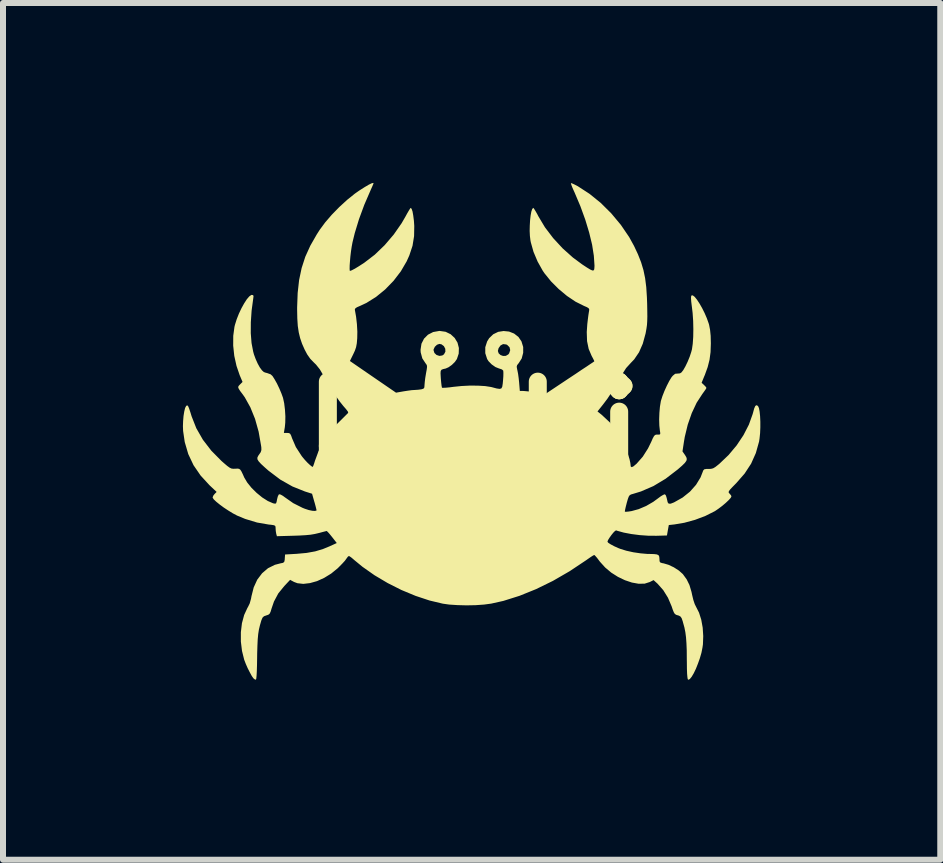
<source format=kicad_pcb>
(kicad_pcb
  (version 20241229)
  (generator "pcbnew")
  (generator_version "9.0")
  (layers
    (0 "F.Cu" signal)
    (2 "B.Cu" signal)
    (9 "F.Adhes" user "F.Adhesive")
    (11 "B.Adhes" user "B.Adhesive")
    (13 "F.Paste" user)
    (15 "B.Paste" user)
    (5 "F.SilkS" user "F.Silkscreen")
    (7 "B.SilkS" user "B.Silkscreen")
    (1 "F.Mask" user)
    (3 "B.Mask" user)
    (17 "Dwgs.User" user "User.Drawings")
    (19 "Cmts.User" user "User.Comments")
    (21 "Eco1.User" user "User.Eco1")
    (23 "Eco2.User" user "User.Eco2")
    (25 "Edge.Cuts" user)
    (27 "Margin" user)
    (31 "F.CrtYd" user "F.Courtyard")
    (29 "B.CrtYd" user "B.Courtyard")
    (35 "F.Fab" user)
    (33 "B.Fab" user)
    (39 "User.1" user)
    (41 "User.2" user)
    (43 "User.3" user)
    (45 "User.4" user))
  (footprint "krabi"
    (layer "F.Cu")
    (at 4.845 4.135)
    (property "Reference" "krabi" (at 0 0 0) (layer "F.SilkS") (effects (font (size 1.5 1.5) (thickness 0.3))))
    (attr board_only exclude_from_pos_files exclude_from_bom)
    (fp_poly (pts (xy -1.667 -4.13) (xy -1.673 -4.112) (xy -1.69 -4.072) (xy -1.714 -4.019) (xy -1.715 -4.016) (xy -1.821 -3.771) (xy -1.91 -3.529) (xy -1.98 -3.299) (xy -2.018 -3.144) (xy -2.031 -3.074) (xy -2.043 -2.994) (xy -2.053 -2.91) (xy -2.06 -2.83) (xy -2.065 -2.76) (xy -2.066 -2.705) (xy -2.064 -2.674) (xy -2.06 -2.668) (xy -2.031 -2.678) (xy -1.979 -2.705) (xy -1.91 -2.747) (xy -1.825 -2.802) (xy -1.818 -2.807) (xy -1.646 -2.939) (xy -1.481 -3.098) (xy -1.33 -3.275) (xy -1.199 -3.463) (xy -1.136 -3.572) (xy -1.102 -3.634) (xy -1.073 -3.683) (xy -1.053 -3.713) (xy -1.047 -3.719) (xy -1.032 -3.703) (xy -1.017 -3.659) (xy -1.005 -3.592) (xy -0.994 -3.505) (xy -0.988 -3.418) (xy -0.991 -3.248) (xy -1.017 -3.087) (xy -1.07 -2.927) (xy -1.115 -2.827) (xy -1.212 -2.661) (xy -1.333 -2.503) (xy -1.473 -2.359) (xy -1.626 -2.234) (xy -1.786 -2.134) (xy -1.891 -2.085) (xy -1.944 -2.062) (xy -1.971 -2.043) (xy -1.979 -2.024) (xy -1.977 -2.011) (xy -1.958 -1.904) (xy -1.944 -1.78) (xy -1.937 -1.655) (xy -1.939 -1.545) (xy -1.946 -1.461) (xy -1.958 -1.397) (xy -1.978 -1.338) (xy -2.005 -1.28) (xy -2.061 -1.166) (xy -1.677 -0.902) (xy -1.292 -0.638) (xy -1.167 -0.66) (xy -1.096 -0.671) (xy -1.03 -0.68) (xy -0.982 -0.683) (xy -0.981 -0.683) (xy -0.923 -0.687) (xy -0.869 -0.694) (xy -0.834 -0.705) (xy -0.82 -0.725) (xy -0.817 -0.766) (xy -0.817 -0.768) (xy -0.813 -0.815) (xy -0.805 -0.882) (xy -0.793 -0.954) (xy -0.792 -0.961) (xy -0.78 -1.026) (xy -0.775 -1.068) (xy -0.778 -1.094) (xy -0.788 -1.113) (xy -0.798 -1.125) (xy -0.854 -1.21) (xy -0.881 -1.311) (xy -0.883 -1.348) (xy -0.667 -1.348) (xy -0.652 -1.3) (xy -0.617 -1.267) (xy -0.569 -1.251) (xy -0.521 -1.258) (xy -0.493 -1.277) (xy -0.469 -1.321) (xy -0.471 -1.37) (xy -0.494 -1.414) (xy -0.534 -1.444) (xy -0.57 -1.451) (xy -0.609 -1.437) (xy -0.645 -1.403) (xy -0.665 -1.361) (xy -0.667 -1.348) (xy -0.883 -1.348) (xy -0.883 -1.355) (xy -0.868 -1.454) (xy -0.825 -1.539) (xy -0.759 -1.605) (xy -0.673 -1.649) (xy -0.572 -1.667) (xy -0.562 -1.667) (xy -0.465 -1.653) (xy -0.381 -1.612) (xy -0.314 -1.55) (xy -0.267 -1.472) (xy -0.244 -1.383) (xy -0.247 -1.289) (xy -0.277 -1.199) (xy -0.311 -1.15) (xy -0.361 -1.101) (xy -0.416 -1.062) (xy -0.463 -1.041) (xy -0.507 -1.031) (xy -0.534 -1.02) (xy -0.547 -0.999) (xy -0.55 -0.963) (xy -0.547 -0.904) (xy -0.545 -0.873) (xy -0.539 -0.807) (xy -0.533 -0.755) (xy -0.527 -0.724) (xy -0.525 -0.72) (xy -0.506 -0.719) (xy -0.461 -0.721) (xy -0.397 -0.727) (xy -0.337 -0.735) (xy -0.2 -0.749) (xy -0.06 -0.756) (xy 0.074 -0.755) (xy 0.193 -0.748) (xy 0.29 -0.733) (xy 0.311 -0.728) (xy 0.386 -0.708) (xy 0.435 -0.701) (xy 0.464 -0.709) (xy 0.479 -0.737) (xy 0.487 -0.788) (xy 0.492 -0.842) (xy 0.497 -0.909) (xy 0.498 -0.966) (xy 0.496 -1.001) (xy 0.495 -1.006) (xy 0.474 -1.025) (xy 0.434 -1.039) (xy 0.426 -1.041) (xy 0.366 -1.065) (xy 0.303 -1.109) (xy 0.25 -1.163) (xy 0.227 -1.199) (xy 0.196 -1.296) (xy 0.196 -1.334) (xy 0.406 -1.334) (xy 0.419 -1.294) (xy 0.451 -1.265) (xy 0.493 -1.25) (xy 0.539 -1.252) (xy 0.58 -1.276) (xy 0.594 -1.294) (xy 0.612 -1.347) (xy 0.6 -1.396) (xy 0.562 -1.434) (xy 0.545 -1.442) (xy 0.493 -1.448) (xy 0.45 -1.425) (xy 0.418 -1.38) (xy 0.406 -1.334) (xy 0.196 -1.334) (xy 0.196 -1.396) (xy 0.227 -1.492) (xy 0.261 -1.547) (xy 0.329 -1.612) (xy 0.411 -1.652) (xy 0.501 -1.666) (xy 0.592 -1.657) (xy 0.676 -1.624) (xy 0.748 -1.568) (xy 0.799 -1.494) (xy 0.828 -1.4) (xy 0.828 -1.302) (xy 0.803 -1.208) (xy 0.752 -1.128) (xy 0.747 -1.123) (xy 0.727 -1.097) (xy 0.72 -1.07) (xy 0.727 -1.029) (xy 0.732 -1.008) (xy 0.743 -0.952) (xy 0.753 -0.878) (xy 0.761 -0.802) (xy 0.761 -0.799) (xy 0.772 -0.667) (xy 0.823 -0.667) (xy 0.862 -0.664) (xy 0.924 -0.658) (xy 0.998 -0.648) (xy 1.038 -0.642) (xy 1.201 -0.618) (xy 1.605 -0.887) (xy 1.708 -0.955) (xy 1.801 -1.018) (xy 1.882 -1.071) (xy 1.947 -1.115) (xy 1.991 -1.144) (xy 2.012 -1.159) (xy 2.014 -1.16) (xy 2.009 -1.175) (xy 1.991 -1.211) (xy 1.968 -1.254) (xy 1.92 -1.367) (xy 1.893 -1.497) (xy 1.888 -1.649) (xy 1.897 -1.781) (xy 1.906 -1.859) (xy 1.915 -1.929) (xy 1.923 -1.981) (xy 1.927 -2.003) (xy 1.929 -2.028) (xy 1.919 -2.046) (xy 1.89 -2.064) (xy 1.841 -2.085) (xy 1.701 -2.155) (xy 1.558 -2.251) (xy 1.42 -2.366) (xy 1.292 -2.494) (xy 1.182 -2.63) (xy 1.153 -2.673) (xy 1.068 -2.825) (xy 1 -2.986) (xy 0.955 -3.146) (xy 0.949 -3.177) (xy 0.94 -3.251) (xy 0.936 -3.336) (xy 0.938 -3.425) (xy 0.943 -3.512) (xy 0.952 -3.592) (xy 0.964 -3.657) (xy 0.979 -3.701) (xy 0.996 -3.719) (xy 0.997 -3.719) (xy 1.009 -3.705) (xy 1.032 -3.668) (xy 1.063 -3.614) (xy 1.081 -3.579) (xy 1.191 -3.395) (xy 1.328 -3.215) (xy 1.486 -3.044) (xy 1.657 -2.891) (xy 1.811 -2.777) (xy 1.89 -2.725) (xy 1.946 -2.691) (xy 1.982 -2.675) (xy 2.003 -2.677) (xy 2.013 -2.696) (xy 2.016 -2.732) (xy 2.017 -2.757) (xy 2.006 -2.921) (xy 1.977 -3.106) (xy 1.928 -3.308) (xy 1.863 -3.523) (xy 1.782 -3.746) (xy 1.686 -3.973) (xy 1.677 -3.993) (xy 1.65 -4.053) (xy 1.632 -4.1) (xy 1.624 -4.128) (xy 1.624 -4.132) (xy 1.641 -4.128) (xy 1.679 -4.111) (xy 1.731 -4.084) (xy 1.739 -4.08) (xy 1.933 -3.954) (xy 2.121 -3.802) (xy 2.297 -3.627) (xy 2.457 -3.435) (xy 2.595 -3.232) (xy 2.676 -3.085) (xy 2.742 -2.944) (xy 2.794 -2.812) (xy 2.833 -2.682) (xy 2.861 -2.547) (xy 2.88 -2.398) (xy 2.891 -2.227) (xy 2.895 -2.118) (xy 2.897 -1.999) (xy 2.898 -1.906) (xy 2.896 -1.831) (xy 2.892 -1.768) (xy 2.884 -1.71) (xy 2.873 -1.648) (xy 2.869 -1.626) (xy 2.822 -1.454) (xy 2.759 -1.311) (xy 2.679 -1.193) (xy 2.626 -1.138) (xy 2.544 -1.048) (xy 2.471 -0.933) (xy 2.462 -0.915) (xy 2.349 -0.713) (xy 2.232 -0.537) (xy 2.158 -0.439) (xy 2.067 -0.325) (xy 2.138 -0.268) (xy 2.268 -0.147) (xy 2.38 -0.014) (xy 2.437 0.072) (xy 2.472 0.138) (xy 2.509 0.219) (xy 2.545 0.307) (xy 2.577 0.394) (xy 2.601 0.471) (xy 2.614 0.531) (xy 2.617 0.554) (xy 2.621 0.592) (xy 2.637 0.604) (xy 2.666 0.591) (xy 2.712 0.552) (xy 2.72 0.545) (xy 2.822 0.429) (xy 2.909 0.292) (xy 2.962 0.184) (xy 2.989 0.122) (xy 3.01 0.085) (xy 3.028 0.067) (xy 3.049 0.061) (xy 3.068 0.061) (xy 3.1 0.061) (xy 3.113 0.051) (xy 3.112 0.022) (xy 3.107 -0.006) (xy 3.098 -0.089) (xy 3.095 -0.191) (xy 3.099 -0.301) (xy 3.108 -0.404) (xy 3.122 -0.489) (xy 3.124 -0.5) (xy 3.149 -0.579) (xy 3.183 -0.666) (xy 3.223 -0.754) (xy 3.264 -0.834) (xy 3.302 -0.896) (xy 3.322 -0.92) (xy 3.362 -0.953) (xy 3.399 -0.956) (xy 3.442 -0.96) (xy 3.466 -0.975) (xy 3.497 -1.014) (xy 3.533 -1.077) (xy 3.57 -1.154) (xy 3.604 -1.237) (xy 3.63 -1.316) (xy 3.642 -1.361) (xy 3.655 -1.453) (xy 3.663 -1.568) (xy 3.665 -1.698) (xy 3.662 -1.834) (xy 3.653 -1.967) (xy 3.641 -2.067) (xy 3.63 -2.155) (xy 3.626 -2.215) (xy 3.629 -2.249) (xy 3.635 -2.259) (xy 3.656 -2.26) (xy 3.688 -2.235) (xy 3.726 -2.188) (xy 3.768 -2.124) (xy 3.811 -2.049) (xy 3.853 -1.965) (xy 3.89 -1.879) (xy 3.92 -1.795) (xy 3.928 -1.768) (xy 3.944 -1.685) (xy 3.954 -1.585) (xy 3.957 -1.46) (xy 3.957 -1.459) (xy 3.952 -1.314) (xy 3.935 -1.187) (xy 3.904 -1.064) (xy 3.856 -0.931) (xy 3.849 -0.916) (xy 3.803 -0.803) (xy 3.843 -0.766) (xy 3.871 -0.737) (xy 3.883 -0.718) (xy 3.883 -0.717) (xy 3.874 -0.699) (xy 3.849 -0.663) (xy 3.815 -0.616) (xy 3.815 -0.616) (xy 3.72 -0.47) (xy 3.639 -0.298) (xy 3.572 -0.106) (xy 3.522 0.1) (xy 3.508 0.183) (xy 3.484 0.341) (xy 3.527 0.403) (xy 3.548 0.438) (xy 3.556 0.468) (xy 3.549 0.498) (xy 3.523 0.534) (xy 3.476 0.58) (xy 3.406 0.641) (xy 3.405 0.642) (xy 3.203 0.797) (xy 3 0.919) (xy 2.792 1.009) (xy 2.658 1.05) (xy 2.626 1.059) (xy 2.604 1.072) (xy 2.588 1.095) (xy 2.573 1.136) (xy 2.554 1.202) (xy 2.554 1.203) (xy 2.538 1.266) (xy 2.527 1.315) (xy 2.523 1.343) (xy 2.524 1.347) (xy 2.543 1.348) (xy 2.585 1.344) (xy 2.636 1.336) (xy 2.753 1.304) (xy 2.878 1.251) (xy 2.997 1.182) (xy 3.072 1.127) (xy 3.122 1.09) (xy 3.164 1.065) (xy 3.19 1.056) (xy 3.192 1.057) (xy 3.208 1.077) (xy 3.221 1.119) (xy 3.226 1.141) (xy 3.237 1.19) (xy 3.255 1.213) (xy 3.287 1.213) (xy 3.341 1.192) (xy 3.347 1.189) (xy 3.487 1.11) (xy 3.609 1.012) (xy 3.71 0.898) (xy 3.785 0.775) (xy 3.816 0.696) (xy 3.83 0.659) (xy 3.847 0.64) (xy 3.879 0.634) (xy 3.917 0.634) (xy 3.96 0.632) (xy 3.995 0.623) (xy 4.031 0.602) (xy 4.078 0.565) (xy 4.103 0.544) (xy 4.253 0.401) (xy 4.387 0.241) (xy 4.501 0.07) (xy 4.591 -0.105) (xy 4.653 -0.278) (xy 4.66 -0.302) (xy 4.679 -0.373) (xy 4.697 -0.414) (xy 4.714 -0.429) (xy 4.734 -0.422) (xy 4.744 -0.413) (xy 4.759 -0.381) (xy 4.77 -0.323) (xy 4.778 -0.245) (xy 4.782 -0.155) (xy 4.782 -0.059) (xy 4.778 0.037) (xy 4.769 0.124) (xy 4.761 0.177) (xy 4.707 0.369) (xy 4.628 0.546) (xy 4.52 0.711) (xy 4.381 0.87) (xy 4.381 0.87) (xy 4.321 0.931) (xy 4.281 0.973) (xy 4.26 1.001) (xy 4.253 1.019) (xy 4.257 1.032) (xy 4.268 1.044) (xy 4.293 1.073) (xy 4.3 1.093) (xy 4.287 1.117) (xy 4.253 1.155) (xy 4.204 1.201) (xy 4.146 1.25) (xy 4.085 1.296) (xy 4.028 1.335) (xy 4.019 1.34) (xy 3.866 1.417) (xy 3.694 1.482) (xy 3.515 1.531) (xy 3.349 1.559) (xy 3.256 1.569) (xy 3.24 1.656) (xy 3.225 1.743) (xy 3.05 1.748) (xy 2.914 1.747) (xy 2.772 1.737) (xy 2.632 1.719) (xy 2.505 1.695) (xy 2.4 1.666) (xy 2.378 1.658) (xy 2.36 1.667) (xy 2.331 1.696) (xy 2.298 1.737) (xy 2.266 1.782) (xy 2.242 1.821) (xy 2.233 1.848) (xy 2.248 1.866) (xy 2.287 1.891) (xy 2.345 1.922) (xy 2.414 1.953) (xy 2.45 1.967) (xy 2.547 1.997) (xy 2.664 2.023) (xy 2.787 2.041) (xy 2.902 2.051) (xy 2.934 2.051) (xy 3.01 2.053) (xy 3.058 2.059) (xy 3.086 2.073) (xy 3.097 2.097) (xy 3.1 2.134) (xy 3.102 2.174) (xy 3.115 2.194) (xy 3.147 2.204) (xy 3.17 2.208) (xy 3.251 2.232) (xy 3.34 2.274) (xy 3.424 2.328) (xy 3.489 2.386) (xy 3.493 2.391) (xy 3.554 2.475) (xy 3.6 2.569) (xy 3.634 2.683) (xy 3.646 2.739) (xy 3.665 2.818) (xy 3.688 2.887) (xy 3.712 2.935) (xy 3.76 3.03) (xy 3.797 3.147) (xy 3.821 3.28) (xy 3.83 3.42) (xy 3.825 3.559) (xy 3.817 3.614) (xy 3.8 3.699) (xy 3.774 3.789) (xy 3.742 3.879) (xy 3.708 3.965) (xy 3.672 4.04) (xy 3.637 4.099) (xy 3.606 4.137) (xy 3.581 4.149) (xy 3.579 4.148) (xy 3.571 4.136) (xy 3.566 4.104) (xy 3.561 4.048) (xy 3.558 3.967) (xy 3.557 3.855) (xy 3.556 3.801) (xy 3.555 3.657) (xy 3.55 3.539) (xy 3.543 3.441) (xy 3.532 3.356) (xy 3.516 3.276) (xy 3.494 3.197) (xy 3.488 3.174) (xy 3.47 3.122) (xy 3.45 3.094) (xy 3.423 3.079) (xy 3.405 3.074) (xy 3.377 3.065) (xy 3.356 3.05) (xy 3.339 3.023) (xy 3.32 2.975) (xy 3.303 2.924) (xy 3.242 2.781) (xy 3.163 2.654) (xy 3.071 2.55) (xy 3.066 2.545) (xy 3.002 2.487) (xy 2.939 2.519) (xy 2.854 2.546) (xy 2.753 2.548) (xy 2.641 2.528) (xy 2.525 2.489) (xy 2.408 2.433) (xy 2.296 2.362) (xy 2.195 2.277) (xy 2.109 2.182) (xy 2.099 2.169) (xy 2.062 2.12) (xy 2.032 2.085) (xy 2.014 2.068) (xy 2.013 2.068) (xy 1.994 2.077) (xy 1.956 2.101) (xy 1.904 2.137) (xy 1.88 2.154) (xy 1.604 2.338) (xy 1.324 2.5) (xy 1.044 2.637) (xy 0.767 2.749) (xy 0.497 2.834) (xy 0.295 2.879) (xy 0.176 2.895) (xy 0.035 2.905) (xy -0.116 2.908) (xy -0.267 2.904) (xy -0.406 2.895) (xy -0.512 2.88) (xy -0.734 2.827) (xy -0.966 2.75) (xy -1.202 2.652) (xy -1.432 2.536) (xy -1.651 2.406) (xy -1.85 2.266) (xy -1.984 2.156) (xy -2.027 2.119) (xy -2.062 2.093) (xy -2.078 2.085) (xy -2.096 2.098) (xy -2.119 2.129) (xy -2.121 2.132) (xy -2.145 2.165) (xy -2.187 2.211) (xy -2.24 2.265) (xy -2.265 2.29) (xy -2.373 2.378) (xy -2.49 2.45) (xy -2.609 2.504) (xy -2.727 2.537) (xy -2.838 2.55) (xy -2.936 2.539) (xy -2.992 2.518) (xy -3.058 2.483) (xy -3.154 2.585) (xy -3.255 2.709) (xy -3.327 2.844) (xy -3.367 2.96) (xy -3.384 3.016) (xy -3.4 3.048) (xy -3.422 3.065) (xy -3.455 3.076) (xy -3.494 3.09) (xy -3.518 3.113) (xy -3.537 3.157) (xy -3.54 3.167) (xy -3.561 3.24) (xy -3.578 3.311) (xy -3.59 3.387) (xy -3.598 3.473) (xy -3.603 3.577) (xy -3.607 3.704) (xy -3.608 3.785) (xy -3.61 3.904) (xy -3.613 4.004) (xy -3.617 4.079) (xy -3.622 4.129) (xy -3.628 4.148) (xy -3.628 4.148) (xy -3.65 4.141) (xy -3.67 4.124) (xy -3.697 4.086) (xy -3.729 4.027) (xy -3.765 3.957) (xy -3.797 3.884) (xy -3.822 3.819) (xy -3.823 3.817) (xy -3.86 3.668) (xy -3.879 3.512) (xy -3.879 3.355) (xy -3.861 3.205) (xy -3.824 3.068) (xy -3.771 2.953) (xy -3.76 2.934) (xy -3.732 2.877) (xy -3.71 2.799) (xy -3.702 2.755) (xy -3.665 2.609) (xy -3.606 2.48) (xy -3.525 2.373) (xy -3.427 2.289) (xy -3.312 2.232) (xy -3.22 2.208) (xy -3.176 2.199) (xy -3.156 2.183) (xy -3.148 2.149) (xy -3.147 2.129) (xy -3.142 2.06) (xy -2.95 2.049) (xy -2.784 2.034) (xy -2.64 2.008) (xy -2.51 1.969) (xy -2.403 1.925) (xy -2.28 1.869) (xy -2.359 1.768) (xy -2.398 1.72) (xy -2.429 1.685) (xy -2.447 1.669) (xy -2.448 1.668) (xy -2.468 1.673) (xy -2.511 1.684) (xy -2.57 1.7) (xy -2.583 1.703) (xy -2.646 1.718) (xy -2.716 1.73) (xy -2.801 1.738) (xy -2.906 1.744) (xy -2.993 1.747) (xy -3.278 1.755) (xy -3.289 1.716) (xy -3.297 1.669) (xy -3.3 1.624) (xy -3.301 1.597) (xy -3.31 1.58) (xy -3.333 1.571) (xy -3.379 1.564) (xy -3.413 1.561) (xy -3.609 1.527) (xy -3.807 1.467) (xy -3.942 1.411) (xy -4.012 1.374) (xy -4.087 1.328) (xy -4.163 1.278) (xy -4.232 1.227) (xy -4.29 1.18) (xy -4.331 1.141) (xy -4.349 1.113) (xy -4.35 1.109) (xy -4.339 1.079) (xy -4.317 1.051) (xy -4.283 1.017) (xy -4.402 0.905) (xy -4.55 0.744) (xy -4.668 0.572) (xy -4.756 0.386) (xy -4.815 0.185) (xy -4.842 0) (xy -4.845 -0.079) (xy -4.842 -0.164) (xy -4.835 -0.249) (xy -4.823 -0.324) (xy -4.809 -0.382) (xy -4.792 -0.415) (xy -4.792 -0.415) (xy -4.779 -0.425) (xy -4.768 -0.424) (xy -4.755 -0.406) (xy -4.74 -0.368) (xy -4.719 -0.305) (xy -4.7 -0.243) (xy -4.622 -0.045) (xy -4.512 0.147) (xy -4.372 0.329) (xy -4.202 0.501) (xy -4.162 0.536) (xy -4.107 0.583) (xy -4.067 0.612) (xy -4.036 0.627) (xy -4.004 0.631) (xy -3.972 0.63) (xy -3.935 0.628) (xy -3.909 0.632) (xy -3.889 0.646) (xy -3.869 0.676) (xy -3.844 0.728) (xy -3.823 0.776) (xy -3.773 0.86) (xy -3.702 0.948) (xy -3.616 1.033) (xy -3.523 1.109) (xy -3.43 1.168) (xy -3.345 1.205) (xy -3.331 1.209) (xy -3.304 1.213) (xy -3.29 1.203) (xy -3.281 1.172) (xy -3.276 1.143) (xy -3.264 1.095) (xy -3.249 1.063) (xy -3.241 1.056) (xy -3.216 1.061) (xy -3.177 1.083) (xy -3.146 1.106) (xy -3.006 1.204) (xy -2.851 1.282) (xy -2.811 1.298) (xy -2.747 1.319) (xy -2.689 1.331) (xy -2.644 1.334) (xy -2.619 1.327) (xy -2.617 1.322) (xy -2.622 1.301) (xy -2.633 1.256) (xy -2.649 1.197) (xy -2.655 1.178) (xy -2.692 1.047) (xy -2.812 1.009) (xy -3.019 0.926) (xy -3.222 0.811) (xy -3.419 0.662) (xy -3.479 0.609) (xy -3.543 0.55) (xy -3.583 0.506) (xy -3.603 0.473) (xy -3.604 0.445) (xy -3.59 0.415) (xy -3.574 0.392) (xy -3.548 0.354) (xy -3.537 0.319) (xy -3.538 0.273) (xy -3.542 0.246) (xy -3.583 0.012) (xy -3.643 -0.202) (xy -3.721 -0.394) (xy -3.814 -0.561) (xy -3.848 -0.609) (xy -3.891 -0.666) (xy -3.915 -0.704) (xy -3.924 -0.729) (xy -3.918 -0.748) (xy -3.9 -0.768) (xy -3.893 -0.775) (xy -3.851 -0.817) (xy -3.899 -0.93) (xy -3.952 -1.085) (xy -3.989 -1.252) (xy -4.007 -1.422) (xy -4.006 -1.586) (xy -3.986 -1.735) (xy -3.978 -1.768) (xy -3.949 -1.861) (xy -3.912 -1.955) (xy -3.869 -2.046) (xy -3.824 -2.127) (xy -3.78 -2.195) (xy -3.739 -2.243) (xy -3.705 -2.267) (xy -3.697 -2.268) (xy -3.675 -2.264) (xy -3.668 -2.247) (xy -3.673 -2.206) (xy -3.673 -2.206) (xy -3.7 -2.006) (xy -3.713 -1.812) (xy -3.714 -1.63) (xy -3.701 -1.465) (xy -3.674 -1.324) (xy -3.661 -1.276) (xy -3.633 -1.2) (xy -3.599 -1.124) (xy -3.566 -1.064) (xy -3.563 -1.059) (xy -3.527 -1.01) (xy -3.496 -0.982) (xy -3.46 -0.969) (xy -3.447 -0.967) (xy -3.383 -0.944) (xy -3.352 -0.916) (xy -3.318 -0.863) (xy -3.277 -0.79) (xy -3.237 -0.706) (xy -3.202 -0.623) (xy -3.176 -0.551) (xy -3.176 -0.55) (xy -3.157 -0.463) (xy -3.144 -0.356) (xy -3.137 -0.243) (xy -3.139 -0.137) (xy -3.146 -0.063) (xy -3.162 0.033) (xy -3.108 0.033) (xy -3.076 0.036) (xy -3.056 0.049) (xy -3.04 0.08) (xy -3.026 0.121) (xy -2.962 0.269) (xy -2.866 0.417) (xy -2.853 0.434) (xy -2.812 0.483) (xy -2.767 0.531) (xy -2.725 0.57) (xy -2.693 0.595) (xy -2.682 0.6) (xy -2.673 0.585) (xy -2.659 0.547) (xy -2.644 0.499) (xy -2.585 0.339) (xy -2.5 0.178) (xy -2.394 0.025) (xy -2.273 -0.111) (xy -2.191 -0.186) (xy -2.133 -0.234) (xy -2.098 -0.267) (xy -2.085 -0.293) (xy -2.095 -0.323) (xy -2.125 -0.363) (xy -2.172 -0.417) (xy -2.235 -0.496) (xy -2.305 -0.595) (xy -2.377 -0.704) (xy -2.443 -0.814) (xy -2.498 -0.914) (xy -2.503 -0.925) (xy -2.562 -1.026) (xy -2.626 -1.106) (xy -2.661 -1.14) (xy -2.722 -1.203) (xy -2.773 -1.276) (xy -2.816 -1.357) (xy -2.859 -1.454) (xy -2.891 -1.548) (xy -2.914 -1.644) (xy -2.93 -1.75) (xy -2.938 -1.873) (xy -2.941 -2.021) (xy -2.941 -2.06) (xy -2.932 -2.3) (xy -2.908 -2.516) (xy -2.866 -2.715) (xy -2.805 -2.904) (xy -2.721 -3.089) (xy -2.614 -3.276) (xy -2.564 -3.354) (xy -2.474 -3.476) (xy -2.363 -3.605) (xy -2.238 -3.733) (xy -2.107 -3.853) (xy -1.979 -3.956) (xy -1.908 -4.006) (xy -1.817 -4.064) (xy -1.746 -4.106) (xy -1.696 -4.13) (xy -1.67 -4.135)) (stroke (width 0) (type solid)) (fill yes) (layer "F.SilkS")))
  (gr_rect
    (start -3 -3)
    (end 12.627 11.284)
    (stroke (width 0.1) (type default))
    (fill no)
    (layer "Edge.Cuts")))
</source>
